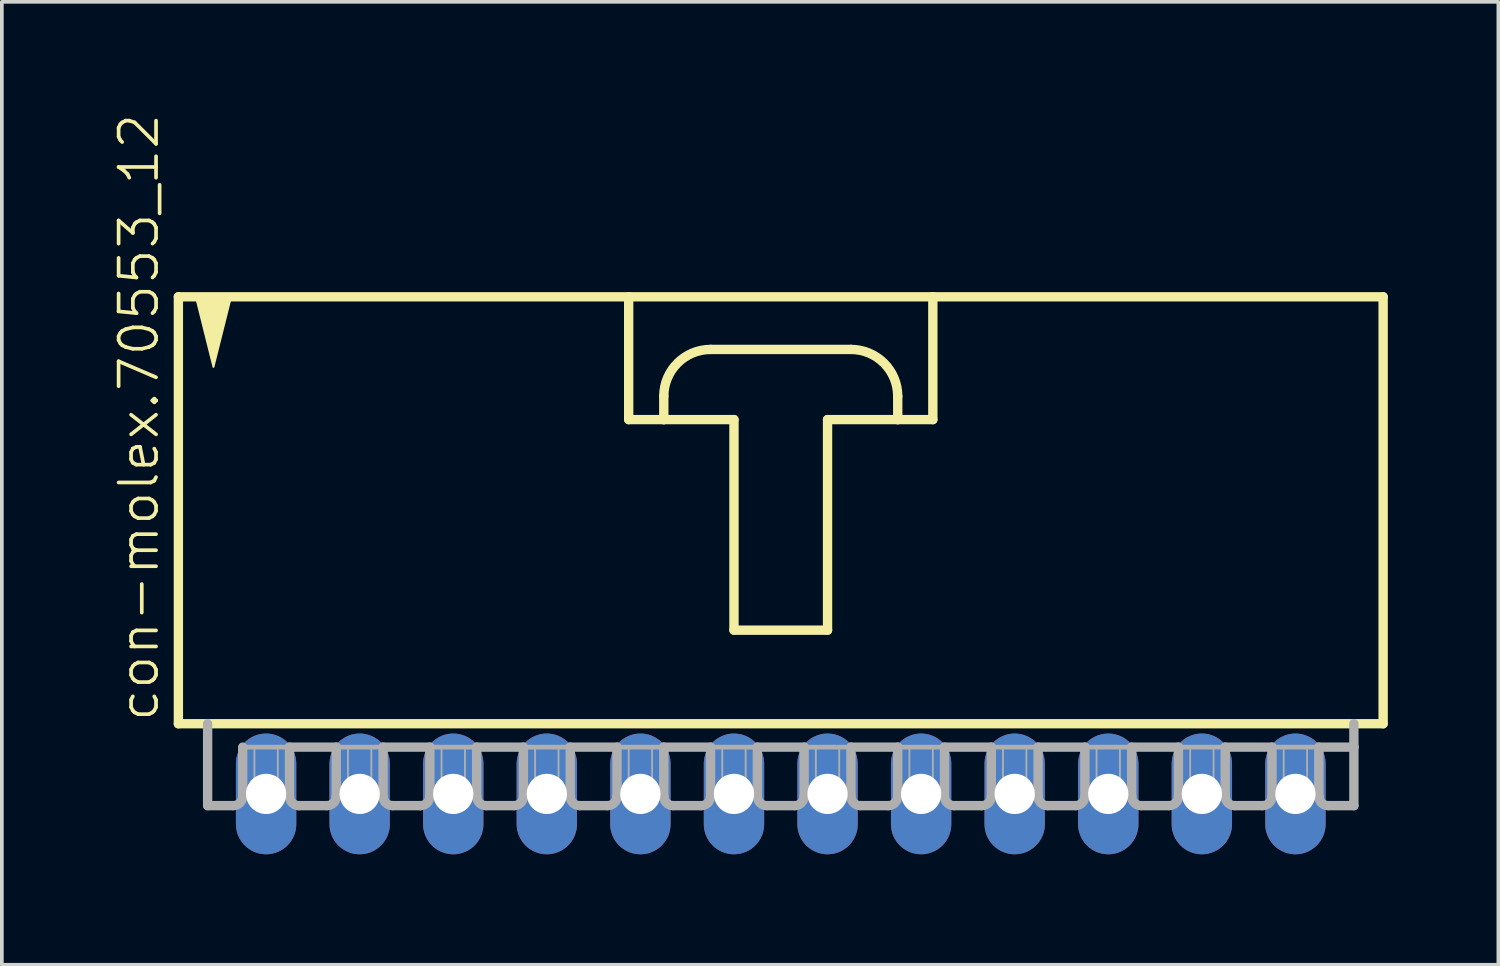
<source format=kicad_pcb>
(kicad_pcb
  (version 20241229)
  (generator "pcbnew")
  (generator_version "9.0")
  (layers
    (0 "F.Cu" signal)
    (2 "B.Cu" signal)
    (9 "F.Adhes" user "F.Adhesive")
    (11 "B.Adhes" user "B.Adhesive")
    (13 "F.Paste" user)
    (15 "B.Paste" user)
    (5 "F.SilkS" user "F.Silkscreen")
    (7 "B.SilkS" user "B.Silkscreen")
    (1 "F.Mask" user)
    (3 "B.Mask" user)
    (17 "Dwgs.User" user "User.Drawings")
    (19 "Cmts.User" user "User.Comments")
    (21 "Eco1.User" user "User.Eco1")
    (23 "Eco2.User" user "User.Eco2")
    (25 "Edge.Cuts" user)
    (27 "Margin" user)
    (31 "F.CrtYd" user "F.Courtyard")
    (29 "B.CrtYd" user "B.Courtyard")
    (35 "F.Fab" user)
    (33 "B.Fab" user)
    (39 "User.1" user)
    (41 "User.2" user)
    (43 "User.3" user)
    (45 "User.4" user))
  (footprint "con-molex.70553_12"
    (layer "F.Cu")
    (at 18.143 10.88)
    (property "Reference" "con-molex.70553_12" (at -16.828 5.715 90) (layer "F.SilkS") (effects (font (size 1.016 1.016) (thickness 0.1)) (justify left bottom)))
    (attr through_hole)
    (fp_line (start -16.351 -5.874) (end -16.351 5.715) (stroke (width 0.254) (type default)) (layer "F.SilkS"))
    (fp_line (start -16.351 5.715) (end 16.351 5.715) (stroke (width 0.254) (type default)) (layer "F.SilkS"))
    (fp_line (start -4.128 -5.874) (end -4.128 -2.54) (stroke (width 0.254) (type default)) (layer "F.SilkS"))
    (fp_line (start -4.128 -2.54) (end -3.175 -2.54) (stroke (width 0.254) (type default)) (layer "F.SilkS"))
    (fp_line (start -3.175 -2.54) (end -3.175 -3.175) (stroke (width 0.254) (type default)) (layer "F.SilkS"))
    (fp_line (start -3.175 -2.54) (end -1.27 -2.54) (stroke (width 0.254) (type default)) (layer "F.SilkS"))
    (fp_line (start -1.905 -4.445) (end 1.905 -4.445) (stroke (width 0.254) (type default)) (layer "F.SilkS"))
    (fp_line (start -1.27 -2.54) (end -1.27 3.175) (stroke (width 0.254) (type default)) (layer "F.SilkS"))
    (fp_line (start -1.27 3.175) (end 1.27 3.175) (stroke (width 0.254) (type default)) (layer "F.SilkS"))
    (fp_line (start 1.27 -2.54) (end 3.175 -2.54) (stroke (width 0.254) (type default)) (layer "F.SilkS"))
    (fp_line (start 1.27 3.175) (end 1.27 -2.54) (stroke (width 0.254) (type default)) (layer "F.SilkS"))
    (fp_line (start 3.175 -3.175) (end 3.175 -2.54) (stroke (width 0.254) (type default)) (layer "F.SilkS"))
    (fp_line (start 3.175 -2.54) (end 4.128 -2.54) (stroke (width 0.254) (type default)) (layer "F.SilkS"))
    (fp_line (start 4.128 -5.874) (end -16.351 -5.874) (stroke (width 0.254) (type default)) (layer "F.SilkS"))
    (fp_line (start 4.128 -2.54) (end 4.128 -5.874) (stroke (width 0.254) (type default)) (layer "F.SilkS"))
    (fp_line (start 16.351 -5.874) (end 4.128 -5.874) (stroke (width 0.254) (type default)) (layer "F.SilkS"))
    (fp_line (start 16.351 5.715) (end 16.351 -5.874) (stroke (width 0.254) (type default)) (layer "F.SilkS"))
    (fp_arc (start -3.175 -3.175) (mid -2.803026 -4.073026) (end -1.905 -4.445) (stroke (width 0.254) (type default)) (layer "F.SilkS"))
    (fp_arc (start 1.905 -4.445) (mid 2.803026 -4.073026) (end 3.175 -3.175) (stroke (width 0.254) (type default)) (layer "F.SilkS"))
    (fp_poly (pts (xy -15.875 -5.874) (xy -15.399 -3.969) (xy -14.922 -5.874)) (stroke (width 0.051) (type default)) (fill yes) (layer "F.SilkS"))
    (fp_line (start -15.557 5.715) (end -15.557 7.938) (stroke (width 0.254) (type default)) (layer "F.Fab"))
    (fp_line (start -14.859 7.938) (end -15.557 7.938) (stroke (width 0.254) (type default)) (layer "F.Fab"))
    (fp_line (start -14.605 6.35) (end -14.605 7.684) (stroke (width 0.254) (type default)) (layer "F.Fab"))
    (fp_line (start -14.605 6.35) (end -13.335 6.35) (stroke (width 0.127) (type default)) (layer "F.Fab"))
    (fp_line (start -13.335 6.35) (end -13.335 7.684) (stroke (width 0.254) (type default)) (layer "F.Fab"))
    (fp_line (start -13.335 6.35) (end -12.065 6.35) (stroke (width 0.254) (type default)) (layer "F.Fab"))
    (fp_line (start -12.319 7.938) (end -13.081 7.938) (stroke (width 0.254) (type default)) (layer "F.Fab"))
    (fp_line (start -12.065 6.35) (end -12.065 7.684) (stroke (width 0.254) (type default)) (layer "F.Fab"))
    (fp_line (start -12.065 6.35) (end -10.795 6.35) (stroke (width 0.127) (type default)) (layer "F.Fab"))
    (fp_line (start -10.795 6.35) (end -10.795 7.684) (stroke (width 0.254) (type default)) (layer "F.Fab"))
    (fp_line (start -10.795 6.35) (end -9.525 6.35) (stroke (width 0.254) (type default)) (layer "F.Fab"))
    (fp_line (start -9.779 7.938) (end -10.541 7.938) (stroke (width 0.254) (type default)) (layer "F.Fab"))
    (fp_line (start -9.525 6.35) (end -9.525 7.684) (stroke (width 0.254) (type default)) (layer "F.Fab"))
    (fp_line (start -9.525 6.35) (end -8.255 6.35) (stroke (width 0.127) (type default)) (layer "F.Fab"))
    (fp_line (start -8.255 6.35) (end -8.255 7.684) (stroke (width 0.254) (type default)) (layer "F.Fab"))
    (fp_line (start -8.255 6.35) (end -6.985 6.35) (stroke (width 0.254) (type default)) (layer "F.Fab"))
    (fp_line (start -7.239 7.938) (end -8.001 7.938) (stroke (width 0.254) (type default)) (layer "F.Fab"))
    (fp_line (start -6.985 6.35) (end -6.985 7.684) (stroke (width 0.254) (type default)) (layer "F.Fab"))
    (fp_line (start -6.985 6.35) (end -5.715 6.35) (stroke (width 0.127) (type default)) (layer "F.Fab"))
    (fp_line (start -5.715 6.35) (end -5.715 7.684) (stroke (width 0.254) (type default)) (layer "F.Fab"))
    (fp_line (start -5.715 6.35) (end -4.445 6.35) (stroke (width 0.254) (type default)) (layer "F.Fab"))
    (fp_line (start -4.699 7.938) (end -5.461 7.938) (stroke (width 0.254) (type default)) (layer "F.Fab"))
    (fp_line (start -4.445 6.35) (end -4.445 7.684) (stroke (width 0.254) (type default)) (layer "F.Fab"))
    (fp_line (start -4.445 6.35) (end -3.175 6.35) (stroke (width 0.127) (type default)) (layer "F.Fab"))
    (fp_line (start -3.175 6.35) (end -3.175 7.684) (stroke (width 0.254) (type default)) (layer "F.Fab"))
    (fp_line (start -3.175 6.35) (end -1.905 6.35) (stroke (width 0.254) (type default)) (layer "F.Fab"))
    (fp_line (start -2.159 7.938) (end -2.921 7.938) (stroke (width 0.254) (type default)) (layer "F.Fab"))
    (fp_line (start -1.905 6.35) (end -1.905 7.684) (stroke (width 0.254) (type default)) (layer "F.Fab"))
    (fp_line (start -1.905 6.35) (end -0.635 6.35) (stroke (width 0.127) (type default)) (layer "F.Fab"))
    (fp_line (start -0.635 6.35) (end -0.635 7.684) (stroke (width 0.254) (type default)) (layer "F.Fab"))
    (fp_line (start -0.635 6.35) (end 0.635 6.35) (stroke (width 0.254) (type default)) (layer "F.Fab"))
    (fp_line (start 0.381 7.938) (end -0.381 7.938) (stroke (width 0.254) (type default)) (layer "F.Fab"))
    (fp_line (start 0.635 6.35) (end 0.635 7.684) (stroke (width 0.254) (type default)) (layer "F.Fab"))
    (fp_line (start 0.635 6.35) (end 1.905 6.35) (stroke (width 0.127) (type default)) (layer "F.Fab"))
    (fp_line (start 1.905 6.35) (end 1.905 7.684) (stroke (width 0.254) (type default)) (layer "F.Fab"))
    (fp_line (start 1.905 6.35) (end 3.175 6.35) (stroke (width 0.254) (type default)) (layer "F.Fab"))
    (fp_line (start 2.921 7.938) (end 2.159 7.938) (stroke (width 0.254) (type default)) (layer "F.Fab"))
    (fp_line (start 3.175 6.35) (end 3.175 7.684) (stroke (width 0.254) (type default)) (layer "F.Fab"))
    (fp_line (start 3.175 6.35) (end 4.445 6.35) (stroke (width 0.127) (type default)) (layer "F.Fab"))
    (fp_line (start 4.445 6.35) (end 4.445 7.684) (stroke (width 0.254) (type default)) (layer "F.Fab"))
    (fp_line (start 4.445 6.35) (end 5.715 6.35) (stroke (width 0.254) (type default)) (layer "F.Fab"))
    (fp_line (start 5.461 7.938) (end 4.699 7.938) (stroke (width 0.254) (type default)) (layer "F.Fab"))
    (fp_line (start 5.715 6.35) (end 5.715 7.684) (stroke (width 0.254) (type default)) (layer "F.Fab"))
    (fp_line (start 5.715 6.35) (end 6.985 6.35) (stroke (width 0.127) (type default)) (layer "F.Fab"))
    (fp_line (start 6.985 6.35) (end 6.985 7.684) (stroke (width 0.254) (type default)) (layer "F.Fab"))
    (fp_line (start 6.985 6.35) (end 8.255 6.35) (stroke (width 0.254) (type default)) (layer "F.Fab"))
    (fp_line (start 8.001 7.938) (end 7.239 7.938) (stroke (width 0.254) (type default)) (layer "F.Fab"))
    (fp_line (start 8.255 6.35) (end 8.255 7.684) (stroke (width 0.254) (type default)) (layer "F.Fab"))
    (fp_line (start 8.255 6.35) (end 9.525 6.35) (stroke (width 0.127) (type default)) (layer "F.Fab"))
    (fp_line (start 9.525 6.35) (end 9.525 7.684) (stroke (width 0.254) (type default)) (layer "F.Fab"))
    (fp_line (start 9.525 6.35) (end 10.795 6.35) (stroke (width 0.254) (type default)) (layer "F.Fab"))
    (fp_line (start 10.541 7.938) (end 9.779 7.938) (stroke (width 0.254) (type default)) (layer "F.Fab"))
    (fp_line (start 10.795 6.35) (end 10.795 7.684) (stroke (width 0.254) (type default)) (layer "F.Fab"))
    (fp_line (start 10.795 6.35) (end 12.065 6.35) (stroke (width 0.127) (type default)) (layer "F.Fab"))
    (fp_line (start 12.065 6.35) (end 12.065 7.684) (stroke (width 0.254) (type default)) (layer "F.Fab"))
    (fp_line (start 12.065 6.35) (end 13.335 6.35) (stroke (width 0.254) (type default)) (layer "F.Fab"))
    (fp_line (start 13.081 7.938) (end 12.319 7.938) (stroke (width 0.254) (type default)) (layer "F.Fab"))
    (fp_line (start 13.335 6.35) (end 13.335 7.684) (stroke (width 0.254) (type default)) (layer "F.Fab"))
    (fp_line (start 13.335 6.35) (end 14.605 6.35) (stroke (width 0.127) (type default)) (layer "F.Fab"))
    (fp_line (start 14.605 6.35) (end 14.605 7.684) (stroke (width 0.254) (type default)) (layer "F.Fab"))
    (fp_line (start 14.605 6.35) (end 15.557 6.35) (stroke (width 0.254) (type default)) (layer "F.Fab"))
    (fp_line (start 14.859 7.938) (end 15.557 7.938) (stroke (width 0.254) (type default)) (layer "F.Fab"))
    (fp_line (start 15.557 6.35) (end 15.557 5.715) (stroke (width 0.254) (type default)) (layer "F.Fab"))
    (fp_line (start 15.557 7.938) (end 15.557 6.35) (stroke (width 0.254) (type default)) (layer "F.Fab"))
    (fp_rect (start -14.287 7.62) (end -13.652 6.35) (stroke (width 0.05) (type default)) (fill no) (layer "F.Fab"))
    (fp_rect (start -11.748 7.62) (end -11.113 6.35) (stroke (width 0.05) (type default)) (fill no) (layer "F.Fab"))
    (fp_rect (start -9.207 7.62) (end -8.572 6.35) (stroke (width 0.05) (type default)) (fill no) (layer "F.Fab"))
    (fp_rect (start -6.668 7.62) (end -6.032 6.35) (stroke (width 0.05) (type default)) (fill no) (layer "F.Fab"))
    (fp_rect (start -4.128 7.62) (end -3.493 6.35) (stroke (width 0.05) (type default)) (fill no) (layer "F.Fab"))
    (fp_rect (start -1.587 7.62) (end -0.953 6.35) (stroke (width 0.05) (type default)) (fill no) (layer "F.Fab"))
    (fp_rect (start 0.953 7.62) (end 1.587 6.35) (stroke (width 0.05) (type default)) (fill no) (layer "F.Fab"))
    (fp_rect (start 3.493 7.62) (end 4.128 6.35) (stroke (width 0.05) (type default)) (fill no) (layer "F.Fab"))
    (fp_rect (start 6.032 7.62) (end 6.668 6.35) (stroke (width 0.05) (type default)) (fill no) (layer "F.Fab"))
    (fp_rect (start 8.572 7.62) (end 9.207 6.35) (stroke (width 0.05) (type default)) (fill no) (layer "F.Fab"))
    (fp_rect (start 11.113 7.62) (end 11.748 6.35) (stroke (width 0.05) (type default)) (fill no) (layer "F.Fab"))
    (fp_rect (start 13.652 7.62) (end 14.287 6.35) (stroke (width 0.05) (type default)) (fill no) (layer "F.Fab"))
    (fp_arc (start -14.605 7.6835) (mid -14.679395 7.863105) (end -14.859 7.9375) (stroke (width 0.254) (type default)) (layer "F.Fab"))
    (fp_arc (start -13.081 7.9375) (mid -13.260605 7.863105) (end -13.335 7.6835) (stroke (width 0.254) (type default)) (layer "F.Fab"))
    (fp_arc (start -12.065 7.6835) (mid -12.139395 7.863105) (end -12.319 7.9375) (stroke (width 0.254) (type default)) (layer "F.Fab"))
    (fp_arc (start -10.541 7.9375) (mid -10.720605 7.863105) (end -10.795 7.6835) (stroke (width 0.254) (type default)) (layer "F.Fab"))
    (fp_arc (start -9.525 7.6835) (mid -9.599395 7.863105) (end -9.779 7.9375) (stroke (width 0.254) (type default)) (layer "F.Fab"))
    (fp_arc (start -8.001 7.9375) (mid -8.180605 7.863105) (end -8.255 7.6835) (stroke (width 0.254) (type default)) (layer "F.Fab"))
    (fp_arc (start -6.985 7.6835) (mid -7.059395 7.863105) (end -7.239 7.9375) (stroke (width 0.254) (type default)) (layer "F.Fab"))
    (fp_arc (start -5.461 7.9375) (mid -5.640605 7.863105) (end -5.715 7.6835) (stroke (width 0.254) (type default)) (layer "F.Fab"))
    (fp_arc (start -4.445 7.6835) (mid -4.519395 7.863105) (end -4.699 7.9375) (stroke (width 0.254) (type default)) (layer "F.Fab"))
    (fp_arc (start -2.921 7.9375) (mid -3.100605 7.863105) (end -3.175 7.6835) (stroke (width 0.254) (type default)) (layer "F.Fab"))
    (fp_arc (start -1.905 7.6835) (mid -1.979395 7.863105) (end -2.159 7.9375) (stroke (width 0.254) (type default)) (layer "F.Fab"))
    (fp_arc (start -0.381 7.9375) (mid -0.560605 7.863105) (end -0.635 7.6835) (stroke (width 0.254) (type default)) (layer "F.Fab"))
    (fp_arc (start 0.635 7.6835) (mid 0.560605 7.863105) (end 0.381 7.9375) (stroke (width 0.254) (type default)) (layer "F.Fab"))
    (fp_arc (start 2.159 7.9375) (mid 1.979395 7.863105) (end 1.905 7.6835) (stroke (width 0.254) (type default)) (layer "F.Fab"))
    (fp_arc (start 3.175 7.6835) (mid 3.100605 7.863105) (end 2.921 7.9375) (stroke (width 0.254) (type default)) (layer "F.Fab"))
    (fp_arc (start 4.699 7.9375) (mid 4.519395 7.863105) (end 4.445 7.6835) (stroke (width 0.254) (type default)) (layer "F.Fab"))
    (fp_arc (start 5.715 7.6835) (mid 5.640605 7.863105) (end 5.461 7.9375) (stroke (width 0.254) (type default)) (layer "F.Fab"))
    (fp_arc (start 7.239 7.9375) (mid 7.059395 7.863105) (end 6.985 7.6835) (stroke (width 0.254) (type default)) (layer "F.Fab"))
    (fp_arc (start 8.255 7.6835) (mid 8.180605 7.863105) (end 8.001 7.9375) (stroke (width 0.254) (type default)) (layer "F.Fab"))
    (fp_arc (start 9.779 7.9375) (mid 9.599395 7.863105) (end 9.525 7.6835) (stroke (width 0.254) (type default)) (layer "F.Fab"))
    (fp_arc (start 10.795 7.6835) (mid 10.720605 7.863105) (end 10.541 7.9375) (stroke (width 0.254) (type default)) (layer "F.Fab"))
    (fp_arc (start 12.319 7.9375) (mid 12.139395 7.863105) (end 12.065 7.6835) (stroke (width 0.254) (type default)) (layer "F.Fab"))
    (fp_arc (start 13.335 7.6835) (mid 13.260605 7.863105) (end 13.081 7.9375) (stroke (width 0.254) (type default)) (layer "F.Fab"))
    (fp_arc (start 14.859 7.9375) (mid 14.679395 7.863105) (end 14.605 7.6835) (stroke (width 0.254) (type default)) (layer "F.Fab"))
    (pad "1" thru_hole oval (at -13.97 7.62 90) (size 3.277 1.638) (drill 1.092) (layers "*.Cu" "*.Mask"))
    (pad "2" thru_hole oval (at -11.43 7.62 90) (size 3.277 1.638) (drill 1.092) (layers "*.Cu" "*.Mask"))
    (pad "3" thru_hole oval (at -8.89 7.62 90) (size 3.277 1.638) (drill 1.092) (layers "*.Cu" "*.Mask"))
    (pad "4" thru_hole oval (at -6.35 7.62 90) (size 3.277 1.638) (drill 1.092) (layers "*.Cu" "*.Mask"))
    (pad "5" thru_hole oval (at -3.81 7.62 90) (size 3.277 1.638) (drill 1.092) (layers "*.Cu" "*.Mask"))
    (pad "6" thru_hole oval (at -1.27 7.62 90) (size 3.277 1.638) (drill 1.092) (layers "*.Cu" "*.Mask"))
    (pad "7" thru_hole oval (at 1.27 7.62 90) (size 3.277 1.638) (drill 1.092) (layers "*.Cu" "*.Mask"))
    (pad "8" thru_hole oval (at 3.81 7.62 90) (size 3.277 1.638) (drill 1.092) (layers "*.Cu" "*.Mask"))
    (pad "9" thru_hole oval (at 6.35 7.62 90) (size 3.277 1.638) (drill 1.092) (layers "*.Cu" "*.Mask"))
    (pad "10" thru_hole oval (at 8.89 7.62 90) (size 3.277 1.638) (drill 1.092) (layers "*.Cu" "*.Mask"))
    (pad "11" thru_hole oval (at 11.43 7.62 90) (size 3.277 1.638) (drill 1.092) (layers "*.Cu" "*.Mask"))
    (pad "12" thru_hole oval (at 13.97 7.62 90) (size 3.277 1.638) (drill 1.092) (layers "*.Cu" "*.Mask")))
  (gr_rect
    (start -3 -3)
    (end 37.622 23.138)
    (stroke (width 0.1) (type default))
    (fill no)
    (layer "Edge.Cuts")))
</source>
